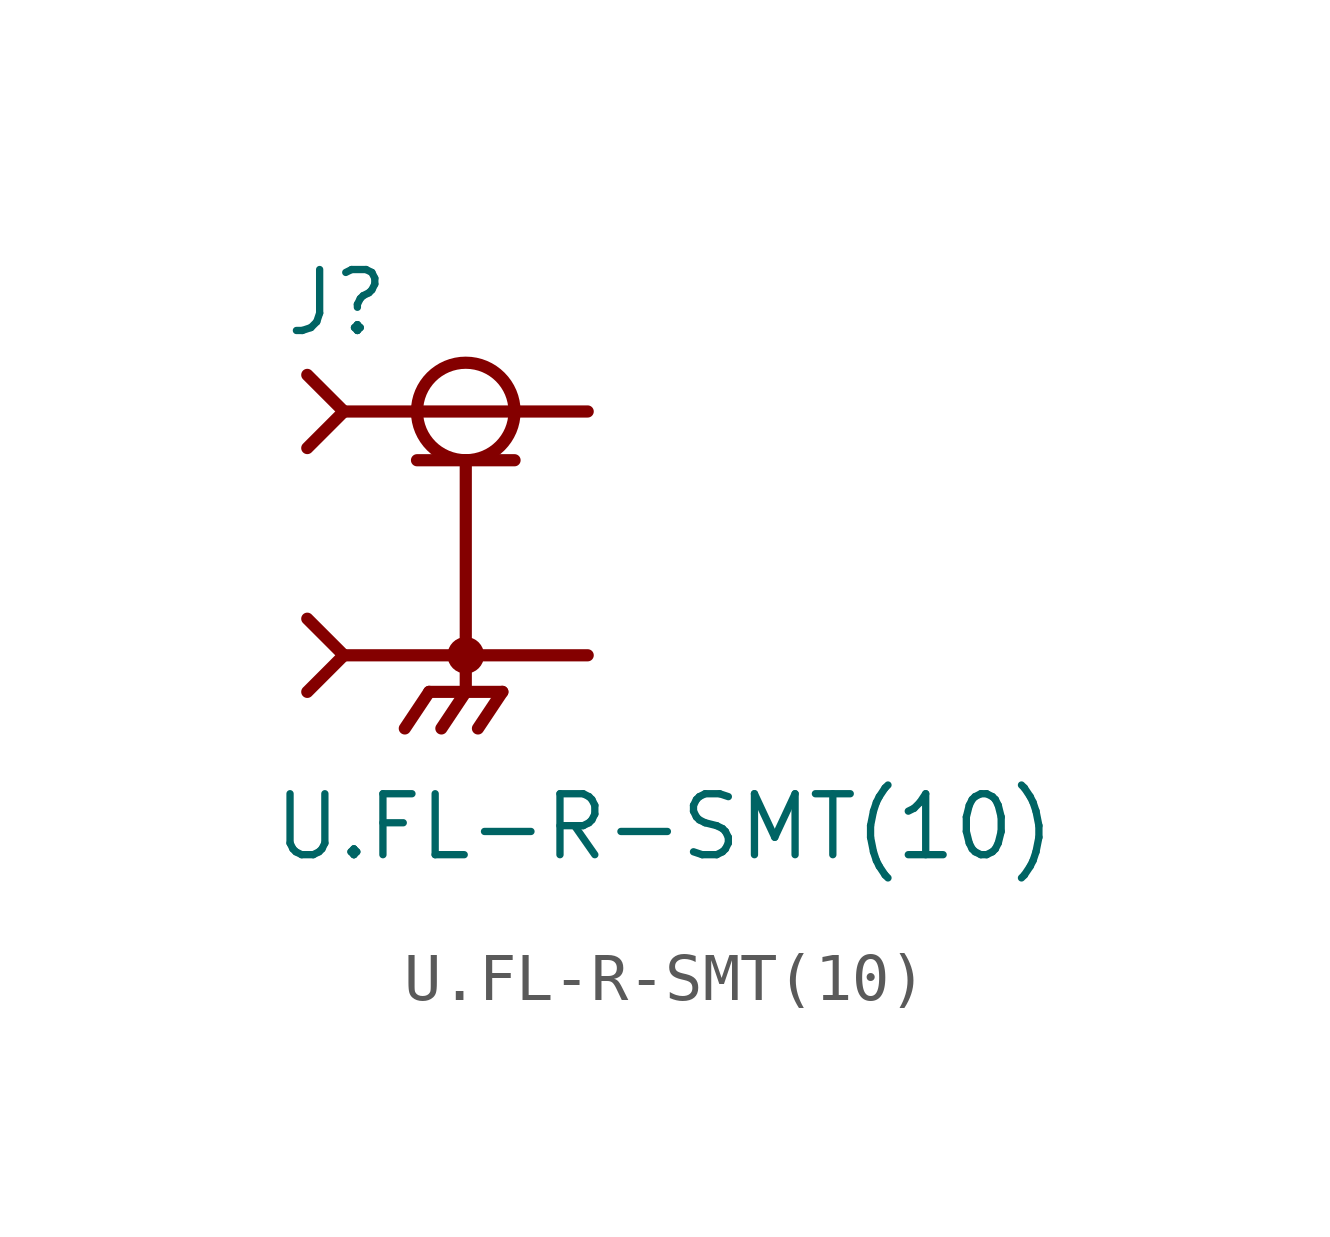
<source format=kicad_sym>
(kicad_symbol_lib
  (version 20211014)
  (generator kicad_symbol_editor)
  (symbol "U.FL-R-SMT(10)"
    (pin_numbers hide)
    (pin_names
      (offset 1.016) hide)
    (property "Reference" "J"
      (at -3.81 4.064 0)
      (effects (font (size 1.27 1.27)) (justify left bottom)))
    (property "Value" "U.FL-R-SMT(10)"
      (at -4.064 -6.858 0)
      (effects (font (size 1.27 1.27)) (justify left bottom)))
    (property "Digikey Number" ""
      (at 0 0 0)
      (effects (font (size 1.27 1.27))))
    (symbol "U.FL-R-SMT(10)_0_0"
      (circle (center 0 -2.54) (radius 0.254) (stroke (width 0.254) (type default) (color 0 0 0 0)) (fill (type none)))
      (polyline (pts (xy -3.302 -3.302) (xy -2.54 -2.54)) (stroke (width 0.254) (type default) (color 0 0 0 0)) (fill (type none)))
      (polyline (pts (xy -3.302 -1.778) (xy -2.54 -2.54)) (stroke (width 0.254) (type default) (color 0 0 0 0)) (fill (type none)))
      (polyline (pts (xy -3.302 1.778) (xy -2.54 2.54)) (stroke (width 0.254) (type default) (color 0 0 0 0)) (fill (type none)))
      (polyline (pts (xy -3.302 3.302) (xy -2.54 2.54)) (stroke (width 0.254) (type default) (color 0 0 0 0)) (fill (type none)))
      (polyline (pts (xy -2.54 2.54) (xy 2.54 2.54)) (stroke (width 0.254) (type default) (color 0 0 0 0)) (fill (type none)))
      (polyline (pts (xy -1.016 1.524) (xy 0 1.524)) (stroke (width 0.254) (type default) (color 0 0 0 0)) (fill (type none)))
      (polyline (pts (xy -0.762 -3.302) (xy -1.27 -4.064)) (stroke (width 0.254) (type default) (color 0 0 0 0)) (fill (type none)))
      (polyline (pts (xy 0 -3.302) (xy -0.762 -3.302)) (stroke (width 0.254) (type default) (color 0 0 0 0)) (fill (type none)))
      (polyline (pts (xy 0 -3.302) (xy -0.508 -4.064)) (stroke (width 0.254) (type default) (color 0 0 0 0)) (fill (type none)))
      (polyline (pts (xy 0 -3.302) (xy 0.762 -3.302)) (stroke (width 0.254) (type default) (color 0 0 0 0)) (fill (type none)))
      (polyline (pts (xy 0 -2.54) (xy -2.54 -2.54)) (stroke (width 0.254) (type default) (color 0 0 0 0)) (fill (type none)))
      (polyline (pts (xy 0 -2.54) (xy 0 -3.302)) (stroke (width 0.254) (type default) (color 0 0 0 0)) (fill (type none)))
      (polyline (pts (xy 0 1.524) (xy 0 -2.54)) (stroke (width 0.254) (type default) (color 0 0 0 0)) (fill (type none)))
      (polyline (pts (xy 0 1.524) (xy 1.016 1.524)) (stroke (width 0.254) (type default) (color 0 0 0 0)) (fill (type none)))
      (polyline (pts (xy 0.762 -3.302) (xy 0.254 -4.064)) (stroke (width 0.254) (type default) (color 0 0 0 0)) (fill (type none)))
      (polyline (pts (xy 2.54 -2.54) (xy 0 -2.54)) (stroke (width 0.254) (type default) (color 0 0 0 0)) (fill (type none)))
      (circle (center 0 2.54) (radius 1.016) (stroke (width 0.254) (type default) (color 0 0 0 0)) (fill (type none)))
      (pin passive line (at 2.54 2.54 180) (length 5.08) (name "SIG" (effects (font (size 1.016 1.016)))) (number "1" (effects (font (size 1.016 1.016)))))
      (pin passive line (at 2.54 -2.54 180) (length 5.08) (name "GND1" (effects (font (size 1.016 1.016)))) (number "2" (effects (font (size 1.016 1.016)))))
      (pin passive line (at 2.54 -2.54 180) (length 5.08) (name "GND2" (effects (font (size 1.016 1.016)))) (number "3" (effects (font (size 1.016 1.016))))))))
</source>
